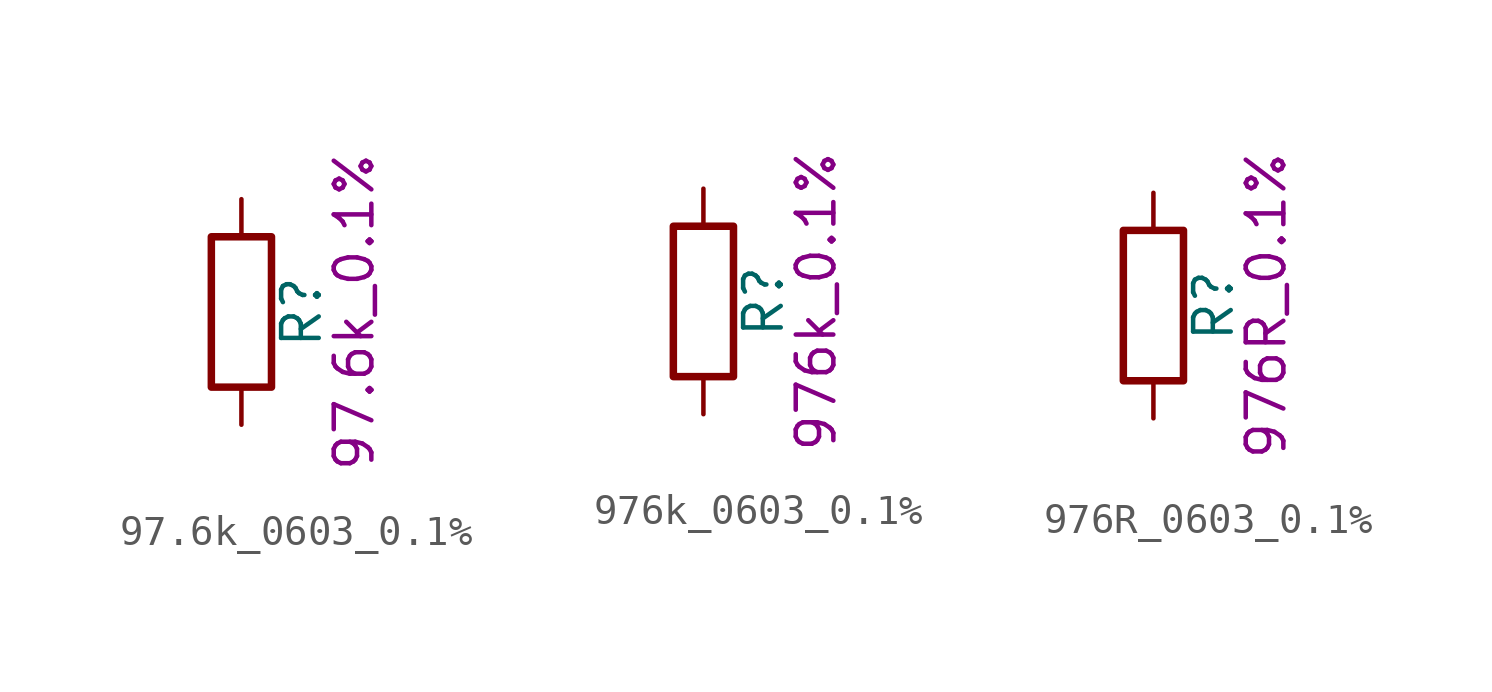
<source format=kicad_sym>
(kicad_symbol_lib
  (version 20211014)
  (generator kicad_symbol_editor)
  (symbol "97.6k_0603_0.1%"
    (pin_numbers hide)
    (pin_names
      (offset 0))
    (property "Reference" "R"
      (at 2.032 0 90)
      (effects (font (size 1.27 1.27))))
    (property "Display" "97.6k_0.1%"
      (at 3.81 0 90)
      (effects (font (size 1.27 1.27))))
    (symbol "97.6k_0603_0.1%_0_1"
      (rectangle (start -1.016 -2.54) (end 1.016 2.54) (stroke (width 0.254) (type default) (color 0 0 0 0)) (fill (type none))))
    (symbol "97.6k_0603_0.1%_1_1"
      (pin passive line (at 0 3.81 270) (length 1.27) (name "~" (effects (font (size 1.27 1.27)))) (number "1" (effects (font (size 1.27 1.27)))))
      (pin passive line (at 0 -3.81 90) (length 1.27) (name "~" (effects (font (size 1.27 1.27)))) (number "2" (effects (font (size 1.27 1.27)))))))
  (symbol "976k_0603_0.1%"
    (pin_numbers hide)
    (pin_names
      (offset 0))
    (property "Reference" "R"
      (at 2.032 0 90)
      (effects (font (size 1.27 1.27))))
    (property "Display" "976k_0.1%"
      (at 3.81 0 90)
      (effects (font (size 1.27 1.27))))
    (symbol "976k_0603_0.1%_0_1"
      (rectangle (start -1.016 -2.54) (end 1.016 2.54) (stroke (width 0.254) (type default) (color 0 0 0 0)) (fill (type none))))
    (symbol "976k_0603_0.1%_1_1"
      (pin passive line (at 0 3.81 270) (length 1.27) (name "~" (effects (font (size 1.27 1.27)))) (number "1" (effects (font (size 1.27 1.27)))))
      (pin passive line (at 0 -3.81 90) (length 1.27) (name "~" (effects (font (size 1.27 1.27)))) (number "2" (effects (font (size 1.27 1.27)))))))
  (symbol "976R_0603_0.1%"
    (pin_numbers hide)
    (pin_names
      (offset 0))
    (property "Reference" "R"
      (at 2.032 0 90)
      (effects (font (size 1.27 1.27))))
    (property "Display" "976R_0.1%"
      (at 3.81 0 90)
      (effects (font (size 1.27 1.27))))
    (symbol "976R_0603_0.1%_0_1"
      (rectangle (start -1.016 -2.54) (end 1.016 2.54) (stroke (width 0.254) (type default) (color 0 0 0 0)) (fill (type none))))
    (symbol "976R_0603_0.1%_1_1"
      (pin passive line (at 0 3.81 270) (length 1.27) (name "~" (effects (font (size 1.27 1.27)))) (number "1" (effects (font (size 1.27 1.27)))))
      (pin passive line (at 0 -3.81 90) (length 1.27) (name "~" (effects (font (size 1.27 1.27)))) (number "2" (effects (font (size 1.27 1.27))))))))
</source>
